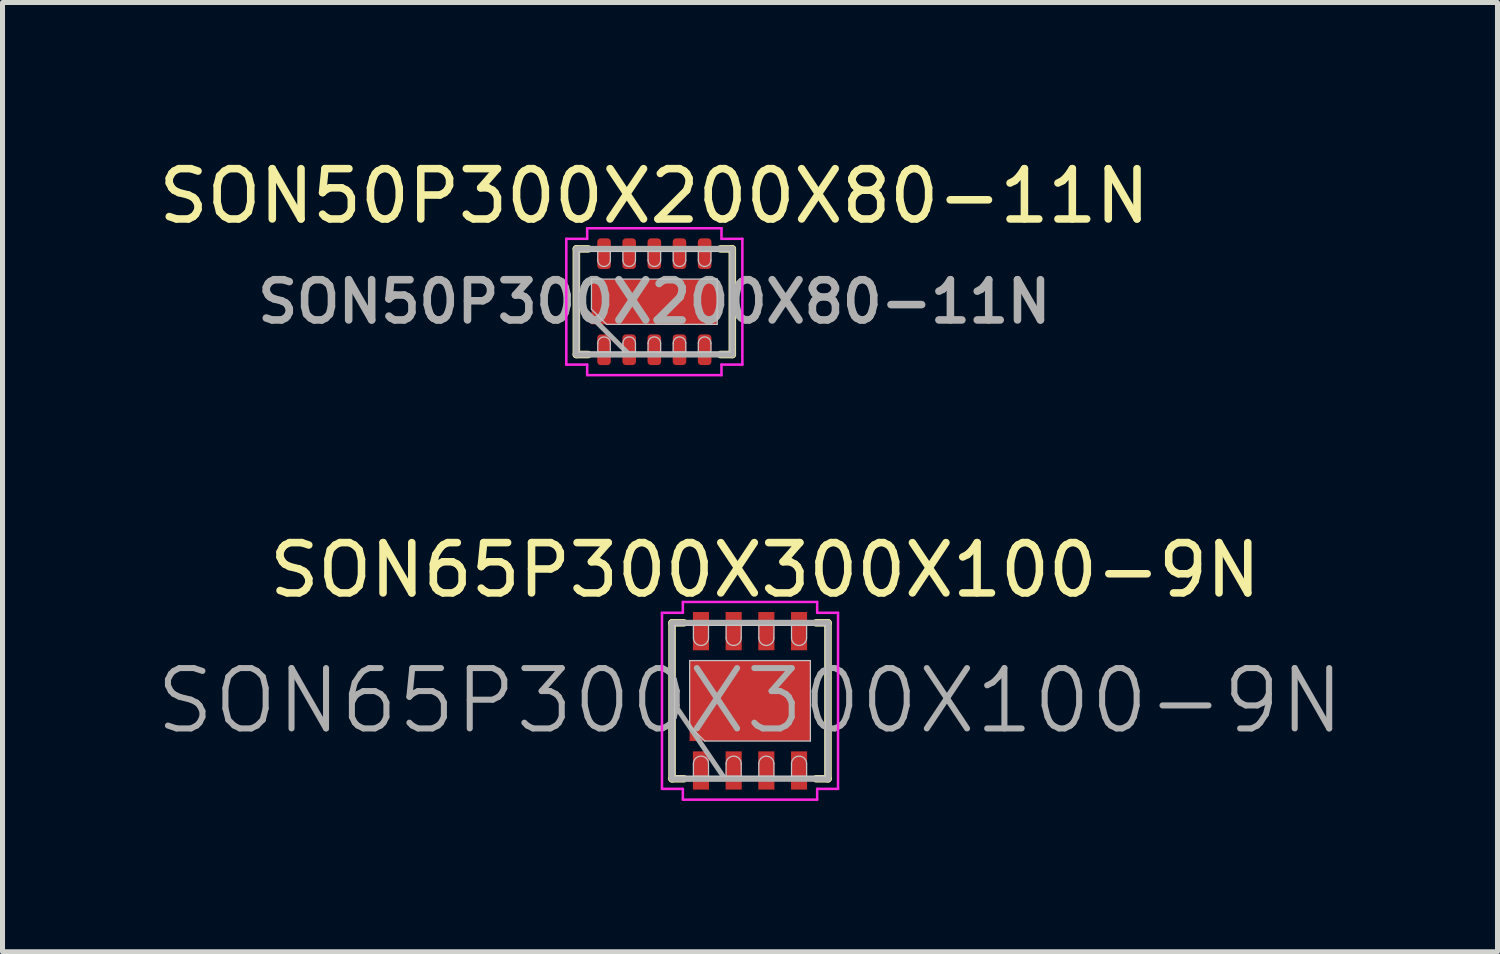
<source format=kicad_pcb>
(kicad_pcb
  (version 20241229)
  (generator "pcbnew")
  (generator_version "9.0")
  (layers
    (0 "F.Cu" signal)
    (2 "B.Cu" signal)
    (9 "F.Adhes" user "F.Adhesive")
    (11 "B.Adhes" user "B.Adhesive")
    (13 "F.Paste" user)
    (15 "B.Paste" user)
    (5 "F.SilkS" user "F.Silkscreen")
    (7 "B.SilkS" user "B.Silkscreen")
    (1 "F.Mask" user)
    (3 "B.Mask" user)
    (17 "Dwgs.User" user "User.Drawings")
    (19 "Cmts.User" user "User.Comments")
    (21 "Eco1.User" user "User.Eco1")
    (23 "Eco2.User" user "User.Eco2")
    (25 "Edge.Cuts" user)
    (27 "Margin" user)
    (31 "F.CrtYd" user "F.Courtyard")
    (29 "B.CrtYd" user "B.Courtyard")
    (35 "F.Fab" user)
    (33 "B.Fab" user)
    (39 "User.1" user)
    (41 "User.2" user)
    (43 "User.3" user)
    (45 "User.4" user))
  (footprint "SON50P300X200X80-11N"
    (layer "F.Cu")
    (at 9.958 2.948)
    (property "Reference" "SON50P300X200X80-11N" (at 0 -2.1 0) (layer "F.SilkS") (effects (font (size 1 1) (thickness 0.15))))
    (attr smd)
    (fp_line (start -1.55 -1.05) (end -1.315 -1.05) (stroke (width 0.15) (type solid)) (layer "F.SilkS"))
    (fp_line (start -1.55 1.05) (end -1.55 -1.05) (stroke (width 0.15) (type solid)) (layer "F.SilkS"))
    (fp_line (start -1.315 1.05) (end -1.55 1.05) (stroke (width 0.15) (type solid)) (layer "F.SilkS"))
    (fp_line (start 1.315 1.05) (end 1.55 1.05) (stroke (width 0.15) (type solid)) (layer "F.SilkS"))
    (fp_line (start 1.55 -1.05) (end 1.315 -1.05) (stroke (width 0.15) (type solid)) (layer "F.SilkS"))
    (fp_line (start 1.55 1.05) (end 1.55 -1.05) (stroke (width 0.15) (type solid)) (layer "F.SilkS"))
    (fp_poly (pts (xy -0.2 0.4) (xy -1.1 0.4) (xy -1.1 -0.4) (xy -0.2 -0.4)) (stroke (width 0.1) (type solid)) (fill yes) (layer "F.Paste"))
    (fp_poly (pts (xy 1.1 0.4) (xy 0.2 0.4) (xy 0.2 -0.4) (xy 1.1 -0.4)) (stroke (width 0.1) (type solid)) (fill yes) (layer "F.Paste"))
    (fp_line (start -1.5 -1) (end 1.5 -1) (stroke (width 0.025) (type solid)) (layer "Dwgs.User"))
    (fp_line (start -1.5 1) (end -1.5 -1) (stroke (width 0.025) (type solid)) (layer "Dwgs.User"))
    (fp_line (start -1.25 -0.45) (end -1.25 0.15) (stroke (width 0.025) (type solid)) (layer "Dwgs.User"))
    (fp_line (start -1.25 0.15) (end -0.95 0.45) (stroke (width 0.025) (type solid)) (layer "Dwgs.User"))
    (fp_line (start -1.125 -1) (end -1.125 -0.825) (stroke (width 0.025) (type solid)) (layer "Dwgs.User"))
    (fp_line (start -1.125 0.825) (end -1.125 1) (stroke (width 0.025) (type solid)) (layer "Dwgs.User"))
    (fp_line (start -1.125 1) (end -0.875 1) (stroke (width 0.025) (type solid)) (layer "Dwgs.User"))
    (fp_line (start -0.95 0.45) (end 1.25 0.45) (stroke (width 0.025) (type solid)) (layer "Dwgs.User"))
    (fp_line (start -0.875 -1) (end -1.125 -1) (stroke (width 0.025) (type solid)) (layer "Dwgs.User"))
    (fp_line (start -0.875 -0.825) (end -0.875 -1) (stroke (width 0.025) (type solid)) (layer "Dwgs.User"))
    (fp_line (start -0.875 1) (end -0.875 0.825) (stroke (width 0.025) (type solid)) (layer "Dwgs.User"))
    (fp_line (start -0.625 -1) (end -0.625 -0.825) (stroke (width 0.025) (type solid)) (layer "Dwgs.User"))
    (fp_line (start -0.625 0.825) (end -0.625 1) (stroke (width 0.025) (type solid)) (layer "Dwgs.User"))
    (fp_line (start -0.625 1) (end -0.375 1) (stroke (width 0.025) (type solid)) (layer "Dwgs.User"))
    (fp_line (start -0.375 -1) (end -0.625 -1) (stroke (width 0.025) (type solid)) (layer "Dwgs.User"))
    (fp_line (start -0.375 -0.825) (end -0.375 -1) (stroke (width 0.025) (type solid)) (layer "Dwgs.User"))
    (fp_line (start -0.375 1) (end -0.375 0.825) (stroke (width 0.025) (type solid)) (layer "Dwgs.User"))
    (fp_line (start -0.125 -1) (end -0.125 -0.825) (stroke (width 0.025) (type solid)) (layer "Dwgs.User"))
    (fp_line (start -0.125 0.825) (end -0.125 1) (stroke (width 0.025) (type solid)) (layer "Dwgs.User"))
    (fp_line (start -0.125 1) (end 0.125 1) (stroke (width 0.025) (type solid)) (layer "Dwgs.User"))
    (fp_line (start 0.125 -1) (end -0.125 -1) (stroke (width 0.025) (type solid)) (layer "Dwgs.User"))
    (fp_line (start 0.125 -0.825) (end 0.125 -1) (stroke (width 0.025) (type solid)) (layer "Dwgs.User"))
    (fp_line (start 0.125 1) (end 0.125 0.825) (stroke (width 0.025) (type solid)) (layer "Dwgs.User"))
    (fp_line (start 0.375 -1) (end 0.375 -0.825) (stroke (width 0.025) (type solid)) (layer "Dwgs.User"))
    (fp_line (start 0.375 0.825) (end 0.375 1) (stroke (width 0.025) (type solid)) (layer "Dwgs.User"))
    (fp_line (start 0.375 1) (end 0.625 1) (stroke (width 0.025) (type solid)) (layer "Dwgs.User"))
    (fp_line (start 0.625 -1) (end 0.375 -1) (stroke (width 0.025) (type solid)) (layer "Dwgs.User"))
    (fp_line (start 0.625 -0.825) (end 0.625 -1) (stroke (width 0.025) (type solid)) (layer "Dwgs.User"))
    (fp_line (start 0.625 1) (end 0.625 0.825) (stroke (width 0.025) (type solid)) (layer "Dwgs.User"))
    (fp_line (start 0.875 -1) (end 0.875 -0.825) (stroke (width 0.025) (type solid)) (layer "Dwgs.User"))
    (fp_line (start 0.875 0.825) (end 0.875 1) (stroke (width 0.025) (type solid)) (layer "Dwgs.User"))
    (fp_line (start 0.875 1) (end 1.125 1) (stroke (width 0.025) (type solid)) (layer "Dwgs.User"))
    (fp_line (start 1.125 -1) (end 0.875 -1) (stroke (width 0.025) (type solid)) (layer "Dwgs.User"))
    (fp_line (start 1.125 -0.825) (end 1.125 -1) (stroke (width 0.025) (type solid)) (layer "Dwgs.User"))
    (fp_line (start 1.125 1) (end 1.125 0.825) (stroke (width 0.025) (type solid)) (layer "Dwgs.User"))
    (fp_line (start 1.25 -0.45) (end -1.25 -0.45) (stroke (width 0.025) (type solid)) (layer "Dwgs.User"))
    (fp_line (start 1.25 0.45) (end 1.25 -0.45) (stroke (width 0.025) (type solid)) (layer "Dwgs.User"))
    (fp_line (start 1.5 -1) (end 1.5 1) (stroke (width 0.025) (type solid)) (layer "Dwgs.User"))
    (fp_line (start 1.5 1) (end -1.5 1) (stroke (width 0.025) (type solid)) (layer "Dwgs.User"))
    (fp_arc (start -1.125 0.825) (mid -1 0.7) (end -0.875 0.825) (stroke (width 0.025) (type solid)) (layer "Dwgs.User"))
    (fp_arc (start -0.875 -0.825) (mid -1 -0.7) (end -1.125 -0.825) (stroke (width 0.025) (type solid)) (layer "Dwgs.User"))
    (fp_arc (start -0.625 0.825) (mid -0.5 0.7) (end -0.375 0.825) (stroke (width 0.025) (type solid)) (layer "Dwgs.User"))
    (fp_arc (start -0.375 -0.825) (mid -0.5 -0.7) (end -0.625 -0.825) (stroke (width 0.025) (type solid)) (layer "Dwgs.User"))
    (fp_arc (start -0.125 0.825) (mid 0 0.7) (end 0.125 0.825) (stroke (width 0.025) (type solid)) (layer "Dwgs.User"))
    (fp_arc (start 0.125 -0.825) (mid 0 -0.7) (end -0.125 -0.825) (stroke (width 0.025) (type solid)) (layer "Dwgs.User"))
    (fp_arc (start 0.375 0.825) (mid 0.5 0.7) (end 0.625 0.825) (stroke (width 0.025) (type solid)) (layer "Dwgs.User"))
    (fp_arc (start 0.625 -0.825) (mid 0.5 -0.7) (end 0.375 -0.825) (stroke (width 0.025) (type solid)) (layer "Dwgs.User"))
    (fp_arc (start 0.875 0.825) (mid 1 0.7) (end 1.125 0.825) (stroke (width 0.025) (type solid)) (layer "Dwgs.User"))
    (fp_arc (start 1.125 -0.825) (mid 1 -0.7) (end 0.875 -0.825) (stroke (width 0.025) (type solid)) (layer "Dwgs.User"))
    (fp_line (start -1.75 -1.25) (end -1.75 1.25) (stroke (width 0.05) (type solid)) (layer "F.CrtYd"))
    (fp_line (start -1.75 1.25) (end -1.335 1.25) (stroke (width 0.05) (type solid)) (layer "F.CrtYd"))
    (fp_line (start -1.335 -1.46) (end -1.335 -1.25) (stroke (width 0.05) (type solid)) (layer "F.CrtYd"))
    (fp_line (start -1.335 -1.25) (end -1.75 -1.25) (stroke (width 0.05) (type solid)) (layer "F.CrtYd"))
    (fp_line (start -1.335 1.25) (end -1.335 1.46) (stroke (width 0.05) (type solid)) (layer "F.CrtYd"))
    (fp_line (start -1.335 1.46) (end 1.335 1.46) (stroke (width 0.05) (type solid)) (layer "F.CrtYd"))
    (fp_line (start 1.335 -1.46) (end -1.335 -1.46) (stroke (width 0.05) (type solid)) (layer "F.CrtYd"))
    (fp_line (start 1.335 -1.25) (end 1.335 -1.46) (stroke (width 0.05) (type solid)) (layer "F.CrtYd"))
    (fp_line (start 1.335 1.25) (end 1.75 1.25) (stroke (width 0.05) (type solid)) (layer "F.CrtYd"))
    (fp_line (start 1.335 1.46) (end 1.335 1.25) (stroke (width 0.05) (type solid)) (layer "F.CrtYd"))
    (fp_line (start 1.75 -1.25) (end 1.335 -1.25) (stroke (width 0.05) (type solid)) (layer "F.CrtYd"))
    (fp_line (start 1.75 1.25) (end 1.75 -1.25) (stroke (width 0.05) (type solid)) (layer "F.CrtYd"))
    (fp_line (start -1.55 -1.05) (end 1.55 -1.05) (stroke (width 0.12) (type solid)) (layer "F.Fab"))
    (fp_line (start -1.55 1.05) (end -1.55 -1.05) (stroke (width 0.12) (type solid)) (layer "F.Fab"))
    (fp_line (start 1.55 -1.05) (end 1.55 1.05) (stroke (width 0.12) (type solid)) (layer "F.Fab"))
    (fp_line (start 1.55 1.05) (end -1.55 1.05) (stroke (width 0.12) (type solid)) (layer "F.Fab"))
    (fp_poly (pts (xy -0.5 1.05) (xy -1.55 1.05) (xy -1.55 0)) (stroke (width 0.1) (type solid)) (fill no) (layer "F.Fab"))
    (fp_text user "${REFERENCE}" (at 0 0 0) (layer "F.Fab") (effects (font (size 0.8 0.8) (thickness 0.15))))
    (pad "1" smd roundrect (at -1 0.955 90) (size 0.61 0.27) (layers "F.Cu" "F.Mask" "F.Paste") (roundrect_rratio 0.259))
    (pad "2" smd roundrect (at -0.5 0.955 90) (size 0.61 0.27) (layers "F.Cu" "F.Mask" "F.Paste") (roundrect_rratio 0.259))
    (pad "3" smd roundrect (at 0 0.955 90) (size 0.61 0.27) (layers "F.Cu" "F.Mask" "F.Paste") (roundrect_rratio 0.259))
    (pad "4" smd roundrect (at 0.5 0.955 90) (size 0.61 0.27) (layers "F.Cu" "F.Mask" "F.Paste") (roundrect_rratio 0.259))
    (pad "5" smd roundrect (at 1 0.955 90) (size 0.61 0.27) (layers "F.Cu" "F.Mask" "F.Paste") (roundrect_rratio 0.259))
    (pad "6" smd roundrect (at 1 -0.955 90) (size 0.61 0.27) (layers "F.Cu" "F.Mask" "F.Paste") (roundrect_rratio 0.259))
    (pad "7" smd roundrect (at 0.5 -0.955 90) (size 0.61 0.27) (layers "F.Cu" "F.Mask" "F.Paste") (roundrect_rratio 0.259))
    (pad "8" smd roundrect (at 0 -0.955 90) (size 0.61 0.27) (layers "F.Cu" "F.Mask" "F.Paste") (roundrect_rratio 0.259))
    (pad "9" smd roundrect (at -0.5 -0.955 90) (size 0.61 0.27) (layers "F.Cu" "F.Mask" "F.Paste") (roundrect_rratio 0.259))
    (pad "10" smd roundrect (at -1 -0.955 90) (size 0.61 0.27) (layers "F.Cu" "F.Mask" "F.Paste") (roundrect_rratio 0.259))
    (pad "11" smd rect (at 0 0 90) (size 0.9 2.5) (layers "F.Cu" "F.Mask")))
  (footprint "SON65P300X300X100-9N"
    (layer "F.Cu")
    (at 11.86 10.882)
    (property "Reference" "SON65P300X300X100-9N" (at 0 0 0) (layer "F.Fab") (effects (font (size 1.2 1.2) (thickness 0.12))))
    (attr smd)
    (fp_line (start -1.55 -1.55) (end -1.315 -1.55) (stroke (width 0.15) (type solid)) (layer "F.SilkS"))
    (fp_line (start -1.55 1.55) (end -1.55 -1.55) (stroke (width 0.15) (type solid)) (layer "F.SilkS"))
    (fp_line (start -1.315 1.55) (end -1.55 1.55) (stroke (width 0.15) (type solid)) (layer "F.SilkS"))
    (fp_line (start 1.315 1.55) (end 1.55 1.55) (stroke (width 0.15) (type solid)) (layer "F.SilkS"))
    (fp_line (start 1.55 -1.55) (end 1.315 -1.55) (stroke (width 0.15) (type solid)) (layer "F.SilkS"))
    (fp_line (start 1.55 1.55) (end 1.55 -1.55) (stroke (width 0.15) (type solid)) (layer "F.SilkS"))
    (fp_line (start -1.5 -1.5) (end 1.5 -1.5) (stroke (width 0.025) (type solid)) (layer "Dwgs.User"))
    (fp_line (start -1.5 1.5) (end -1.5 -1.5) (stroke (width 0.025) (type solid)) (layer "Dwgs.User"))
    (fp_line (start -1.2 -0.8) (end -1.2 0.5) (stroke (width 0.025) (type solid)) (layer "Dwgs.User"))
    (fp_line (start -1.2 0.5) (end -0.9 0.8) (stroke (width 0.025) (type solid)) (layer "Dwgs.User"))
    (fp_line (start -1.125 -1.5) (end -1.125 -1.25) (stroke (width 0.025) (type solid)) (layer "Dwgs.User"))
    (fp_line (start -1.125 1.25) (end -1.125 1.5) (stroke (width 0.025) (type solid)) (layer "Dwgs.User"))
    (fp_line (start -1.125 1.5) (end -0.825 1.5) (stroke (width 0.025) (type solid)) (layer "Dwgs.User"))
    (fp_line (start -0.9 0.8) (end 1.2 0.8) (stroke (width 0.025) (type solid)) (layer "Dwgs.User"))
    (fp_line (start -0.825 -1.5) (end -1.125 -1.5) (stroke (width 0.025) (type solid)) (layer "Dwgs.User"))
    (fp_line (start -0.825 -1.25) (end -0.825 -1.5) (stroke (width 0.025) (type solid)) (layer "Dwgs.User"))
    (fp_line (start -0.825 1.5) (end -0.825 1.25) (stroke (width 0.025) (type solid)) (layer "Dwgs.User"))
    (fp_line (start -0.475 -1.5) (end -0.475 -1.25) (stroke (width 0.025) (type solid)) (layer "Dwgs.User"))
    (fp_line (start -0.475 1.25) (end -0.475 1.5) (stroke (width 0.025) (type solid)) (layer "Dwgs.User"))
    (fp_line (start -0.475 1.5) (end -0.175 1.5) (stroke (width 0.025) (type solid)) (layer "Dwgs.User"))
    (fp_line (start -0.175 -1.5) (end -0.475 -1.5) (stroke (width 0.025) (type solid)) (layer "Dwgs.User"))
    (fp_line (start -0.175 -1.25) (end -0.175 -1.5) (stroke (width 0.025) (type solid)) (layer "Dwgs.User"))
    (fp_line (start -0.175 1.5) (end -0.175 1.25) (stroke (width 0.025) (type solid)) (layer "Dwgs.User"))
    (fp_line (start 0.175 -1.5) (end 0.175 -1.25) (stroke (width 0.025) (type solid)) (layer "Dwgs.User"))
    (fp_line (start 0.175 1.25) (end 0.175 1.5) (stroke (width 0.025) (type solid)) (layer "Dwgs.User"))
    (fp_line (start 0.175 1.5) (end 0.475 1.5) (stroke (width 0.025) (type solid)) (layer "Dwgs.User"))
    (fp_line (start 0.475 -1.5) (end 0.175 -1.5) (stroke (width 0.025) (type solid)) (layer "Dwgs.User"))
    (fp_line (start 0.475 -1.25) (end 0.475 -1.5) (stroke (width 0.025) (type solid)) (layer "Dwgs.User"))
    (fp_line (start 0.475 1.5) (end 0.475 1.25) (stroke (width 0.025) (type solid)) (layer "Dwgs.User"))
    (fp_line (start 0.825 -1.5) (end 0.825 -1.25) (stroke (width 0.025) (type solid)) (layer "Dwgs.User"))
    (fp_line (start 0.825 1.25) (end 0.825 1.5) (stroke (width 0.025) (type solid)) (layer "Dwgs.User"))
    (fp_line (start 0.825 1.5) (end 1.125 1.5) (stroke (width 0.025) (type solid)) (layer "Dwgs.User"))
    (fp_line (start 1.125 -1.5) (end 0.825 -1.5) (stroke (width 0.025) (type solid)) (layer "Dwgs.User"))
    (fp_line (start 1.125 -1.25) (end 1.125 -1.5) (stroke (width 0.025) (type solid)) (layer "Dwgs.User"))
    (fp_line (start 1.125 1.5) (end 1.125 1.25) (stroke (width 0.025) (type solid)) (layer "Dwgs.User"))
    (fp_line (start 1.2 -0.8) (end -1.2 -0.8) (stroke (width 0.025) (type solid)) (layer "Dwgs.User"))
    (fp_line (start 1.2 0.8) (end 1.2 -0.8) (stroke (width 0.025) (type solid)) (layer "Dwgs.User"))
    (fp_line (start 1.5 -1.5) (end 1.5 1.5) (stroke (width 0.025) (type solid)) (layer "Dwgs.User"))
    (fp_line (start 1.5 1.5) (end -1.5 1.5) (stroke (width 0.025) (type solid)) (layer "Dwgs.User"))
    (fp_arc (start -1.125 1.25) (mid -0.975 1.1) (end -0.825 1.25) (stroke (width 0.025) (type solid)) (layer "Dwgs.User"))
    (fp_arc (start -0.825 -1.25) (mid -0.975 -1.1) (end -1.125 -1.25) (stroke (width 0.025) (type solid)) (layer "Dwgs.User"))
    (fp_arc (start -0.475 1.25) (mid -0.325 1.1) (end -0.175 1.25) (stroke (width 0.025) (type solid)) (layer "Dwgs.User"))
    (fp_arc (start -0.175 -1.25) (mid -0.325 -1.1) (end -0.475 -1.25) (stroke (width 0.025) (type solid)) (layer "Dwgs.User"))
    (fp_arc (start 0.175 1.25) (mid 0.325 1.1) (end 0.475 1.25) (stroke (width 0.025) (type solid)) (layer "Dwgs.User"))
    (fp_arc (start 0.475 -1.25) (mid 0.325 -1.1) (end 0.175 -1.25) (stroke (width 0.025) (type solid)) (layer "Dwgs.User"))
    (fp_arc (start 0.825 1.25) (mid 0.975 1.1) (end 1.125 1.25) (stroke (width 0.025) (type solid)) (layer "Dwgs.User"))
    (fp_arc (start 1.125 -1.25) (mid 0.975 -1.1) (end 0.825 -1.25) (stroke (width 0.025) (type solid)) (layer "Dwgs.User"))
    (fp_line (start -1.75 -1.75) (end -1.75 1.75) (stroke (width 0.05) (type solid)) (layer "F.CrtYd"))
    (fp_line (start -1.75 1.75) (end -1.335 1.75) (stroke (width 0.05) (type solid)) (layer "F.CrtYd"))
    (fp_line (start -1.335 -1.965) (end -1.335 -1.75) (stroke (width 0.05) (type solid)) (layer "F.CrtYd"))
    (fp_line (start -1.335 -1.75) (end -1.75 -1.75) (stroke (width 0.05) (type solid)) (layer "F.CrtYd"))
    (fp_line (start -1.335 1.75) (end -1.335 1.965) (stroke (width 0.05) (type solid)) (layer "F.CrtYd"))
    (fp_line (start -1.335 1.965) (end 1.335 1.965) (stroke (width 0.05) (type solid)) (layer "F.CrtYd"))
    (fp_line (start 1.335 -1.965) (end -1.335 -1.965) (stroke (width 0.05) (type solid)) (layer "F.CrtYd"))
    (fp_line (start 1.335 -1.75) (end 1.335 -1.965) (stroke (width 0.05) (type solid)) (layer "F.CrtYd"))
    (fp_line (start 1.335 1.75) (end 1.75 1.75) (stroke (width 0.05) (type solid)) (layer "F.CrtYd"))
    (fp_line (start 1.335 1.965) (end 1.335 1.75) (stroke (width 0.05) (type solid)) (layer "F.CrtYd"))
    (fp_line (start 1.75 -1.75) (end 1.335 -1.75) (stroke (width 0.05) (type solid)) (layer "F.CrtYd"))
    (fp_line (start 1.75 1.75) (end 1.75 -1.75) (stroke (width 0.05) (type solid)) (layer "F.CrtYd"))
    (fp_line (start -1.55 -1.55) (end 1.55 -1.55) (stroke (width 0.12) (type solid)) (layer "F.Fab"))
    (fp_line (start -1.55 1.55) (end -1.55 -1.55) (stroke (width 0.12) (type solid)) (layer "F.Fab"))
    (fp_line (start 1.55 -1.55) (end 1.55 1.55) (stroke (width 0.12) (type solid)) (layer "F.Fab"))
    (fp_line (start 1.55 1.55) (end -1.55 1.55) (stroke (width 0.12) (type solid)) (layer "F.Fab"))
    (fp_poly (pts (xy -0.5 1.55) (xy -1.55 1.55) (xy -1.55 0)) (stroke (width 0.1) (type solid)) (fill no) (layer "F.Fab"))
    (fp_text user "${REFERENCE}" (at 0.3 -2.6 0) (layer "F.SilkS") (effects (font (size 1 1) (thickness 0.15))))
    (pad "" smd rect (at -0.555 -0.355 90) (size 0.52 0.92) (layers "F.Paste"))
    (pad "" smd rect (at -0.555 0.355 90) (size 0.52 0.92) (layers "F.Paste"))
    (pad "" smd rect (at 0.555 -0.355 90) (size 0.52 0.92) (layers "F.Paste"))
    (pad "" smd rect (at 0.555 0.355 90) (size 0.52 0.92) (layers "F.Paste"))
    (pad "1" smd rect (at -0.975 1.385 90) (size 0.76 0.32) (layers "F.Cu" "F.Mask" "F.Paste"))
    (pad "2" smd rect (at -0.325 1.385 90) (size 0.76 0.32) (layers "F.Cu" "F.Mask" "F.Paste"))
    (pad "3" smd rect (at 0.325 1.385 90) (size 0.76 0.32) (layers "F.Cu" "F.Mask" "F.Paste"))
    (pad "4" smd rect (at 0.975 1.385 90) (size 0.76 0.32) (layers "F.Cu" "F.Mask" "F.Paste"))
    (pad "5" smd rect (at 0.975 -1.385 90) (size 0.76 0.32) (layers "F.Cu" "F.Mask" "F.Paste"))
    (pad "6" smd rect (at 0.325 -1.385 90) (size 0.76 0.32) (layers "F.Cu" "F.Mask" "F.Paste"))
    (pad "7" smd rect (at -0.325 -1.385 90) (size 0.76 0.32) (layers "F.Cu" "F.Mask" "F.Paste"))
    (pad "8" smd rect (at -0.975 -1.385 90) (size 0.76 0.32) (layers "F.Cu" "F.Mask" "F.Paste"))
    (pad "9" smd rect (at 0 0 90) (size 1.6 2.4) (layers "F.Cu" "F.Mask")))
  (gr_rect
    (start -3 -3)
    (end 26.72 15.871)
    (stroke (width 0.1) (type default))
    (fill no)
    (layer "Edge.Cuts")))
</source>
